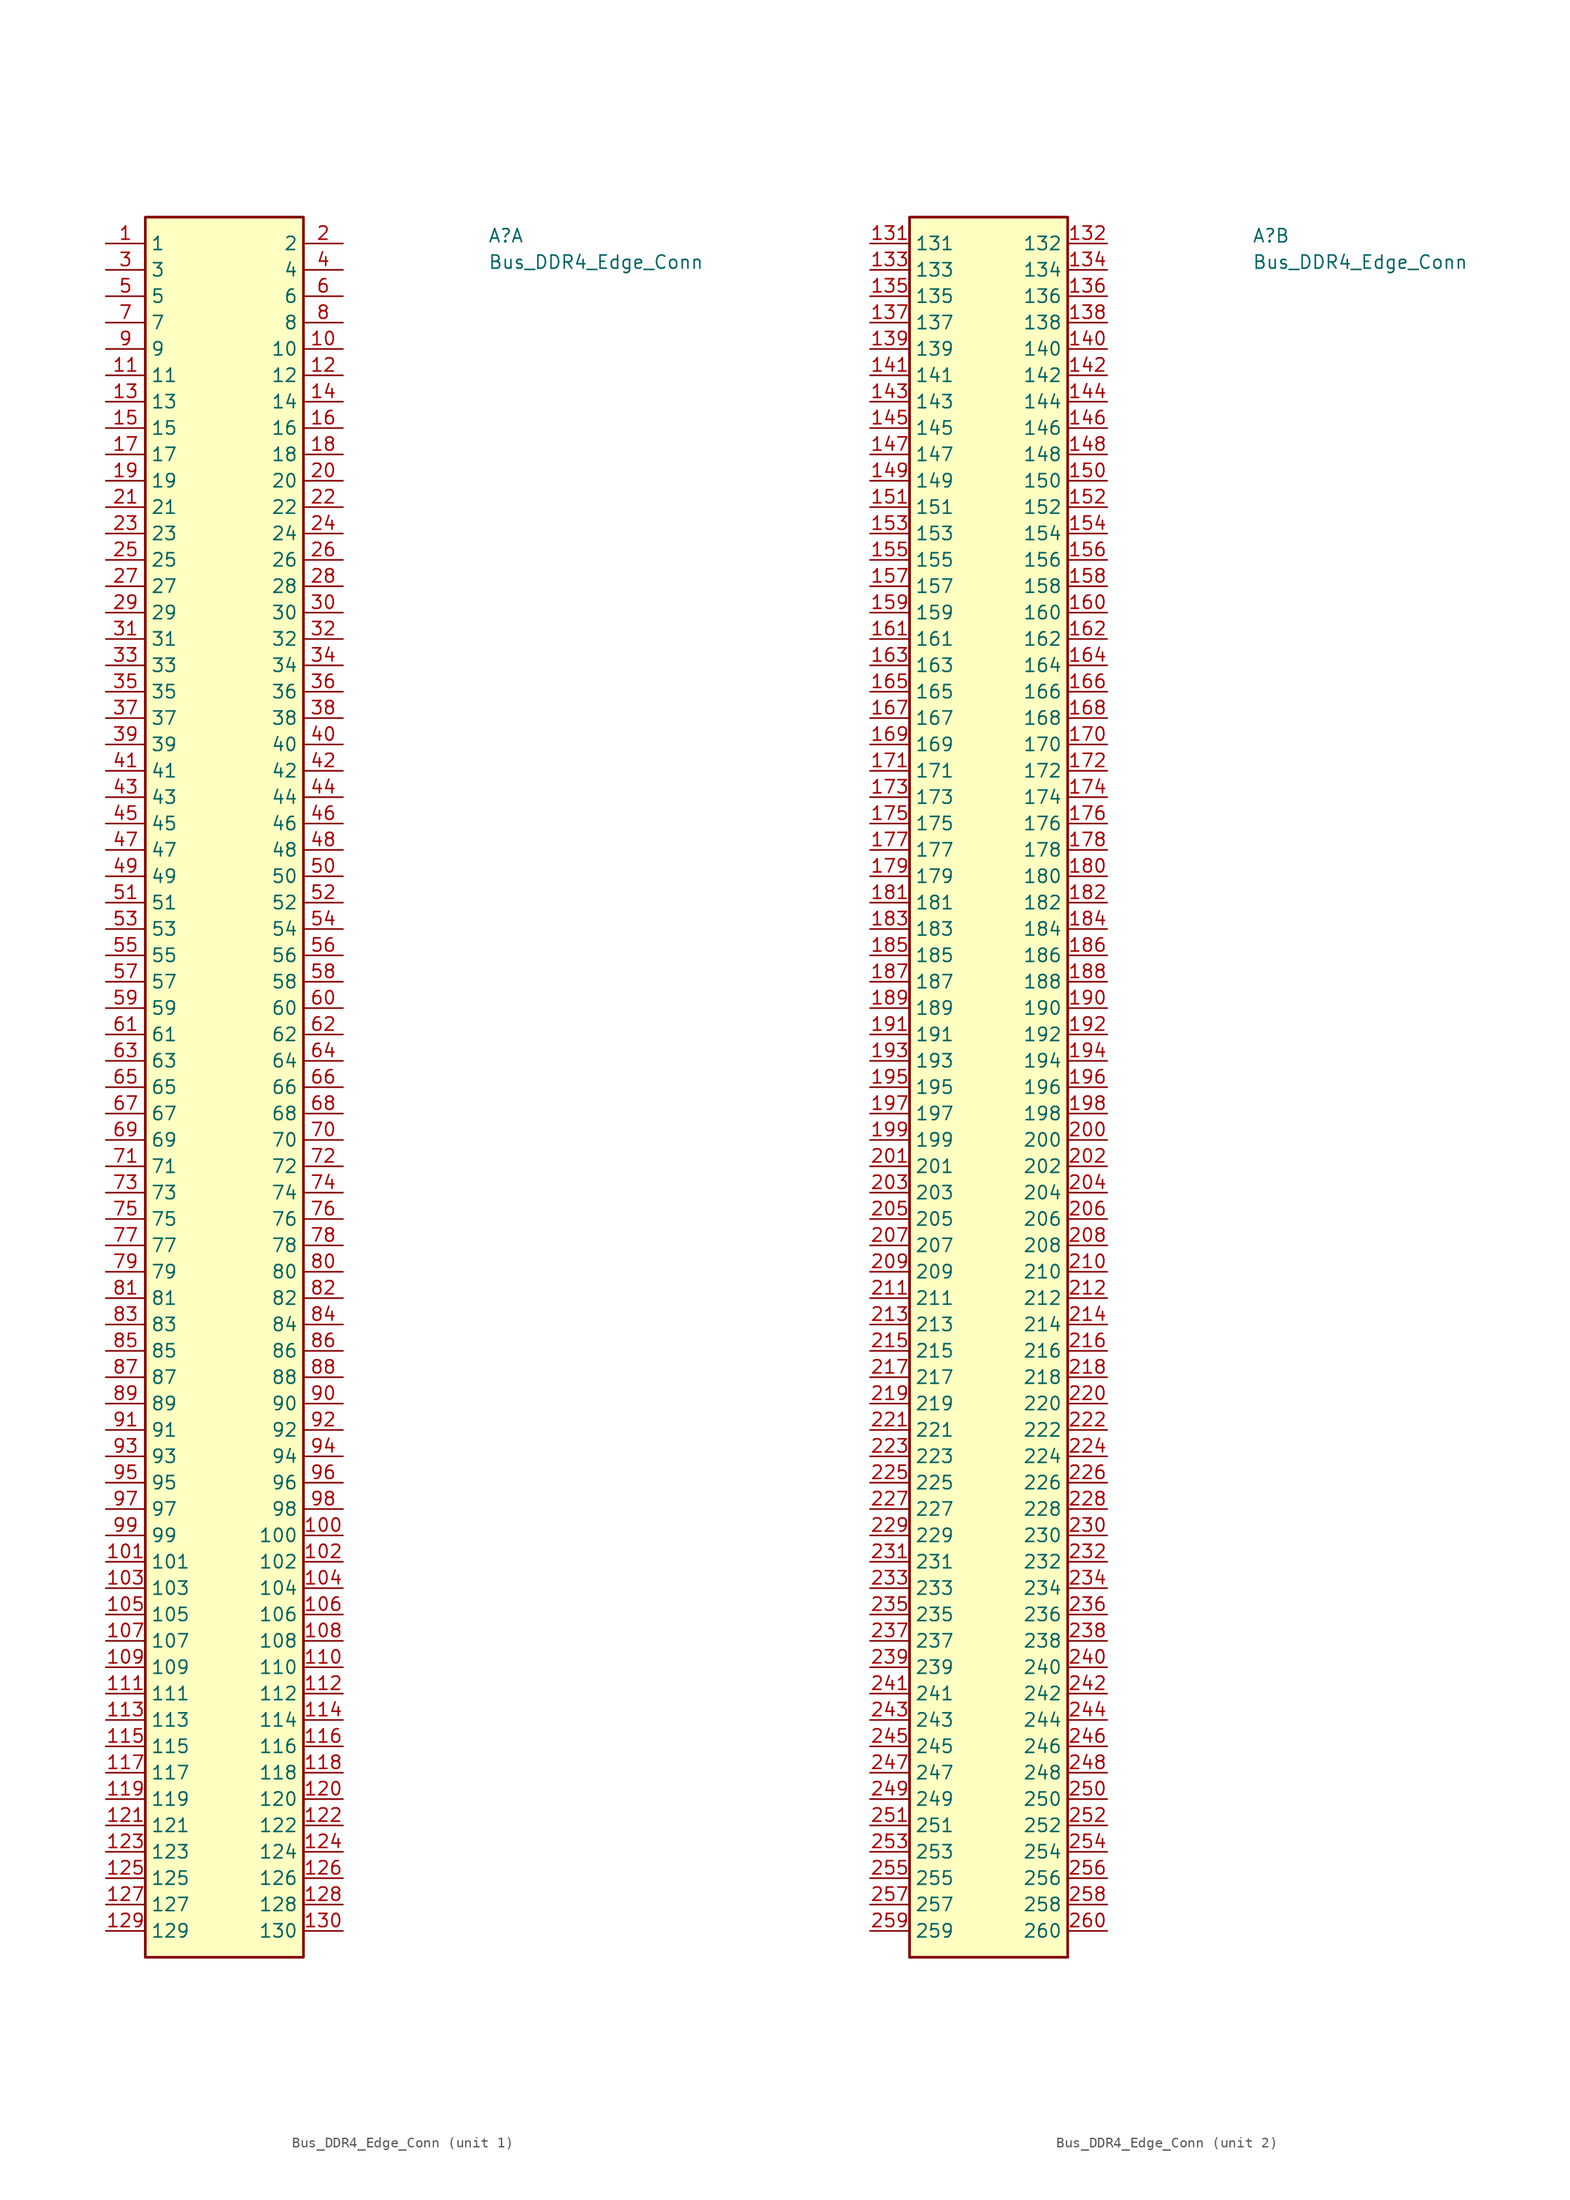
<source format=kicad_sym>
(kicad_symbol_lib
  (version 20211014)
  (generator kicad_symbol_editor)
  (symbol "Bus_DDR4_Edge_Conn"
    (property "Reference" "A"
      (at 36.83 0 0)
      (effects (font (size 1.27 1.27) (thickness 0.15)) (justify left bottom)))
    (property "Value" "Bus_DDR4_Edge_Conn"
      (at 36.83 -2.54 0)
      (effects (font (size 1.27 1.27) (thickness 0.15)) (justify left bottom)))
    (property "ki_locked" ""
      (at 0 0 0)
      (effects (font (size 1.27 1.27))))
    (symbol "Bus_DDR4_Edge_Conn_1_1"
      (rectangle (start 3.81 2.54) (end 19.05 -165.1) (stroke (width 0.254) (type default) (color 0 0 0 0)) (fill (type background)))
      (pin passive line (at 0 0 0) (length 3.81) (name "1" (effects (font (size 1.27 1.27)))) (number "1" (effects (font (size 1.27 1.27)))))
      (pin passive line (at 22.86 -10.16 180) (length 3.81) (name "10" (effects (font (size 1.27 1.27)))) (number "10" (effects (font (size 1.27 1.27)))))
      (pin passive line (at 22.86 -124.46 180) (length 3.81) (name "100" (effects (font (size 1.27 1.27)))) (number "100" (effects (font (size 1.27 1.27)))))
      (pin passive line (at 0 -127 0) (length 3.81) (name "101" (effects (font (size 1.27 1.27)))) (number "101" (effects (font (size 1.27 1.27)))))
      (pin passive line (at 22.86 -127 180) (length 3.81) (name "102" (effects (font (size 1.27 1.27)))) (number "102" (effects (font (size 1.27 1.27)))))
      (pin passive line (at 0 -129.54 0) (length 3.81) (name "103" (effects (font (size 1.27 1.27)))) (number "103" (effects (font (size 1.27 1.27)))))
      (pin passive line (at 22.86 -129.54 180) (length 3.81) (name "104" (effects (font (size 1.27 1.27)))) (number "104" (effects (font (size 1.27 1.27)))))
      (pin passive line (at 0 -132.08 0) (length 3.81) (name "105" (effects (font (size 1.27 1.27)))) (number "105" (effects (font (size 1.27 1.27)))))
      (pin passive line (at 22.86 -132.08 180) (length 3.81) (name "106" (effects (font (size 1.27 1.27)))) (number "106" (effects (font (size 1.27 1.27)))))
      (pin passive line (at 0 -134.62 0) (length 3.81) (name "107" (effects (font (size 1.27 1.27)))) (number "107" (effects (font (size 1.27 1.27)))))
      (pin passive line (at 22.86 -134.62 180) (length 3.81) (name "108" (effects (font (size 1.27 1.27)))) (number "108" (effects (font (size 1.27 1.27)))))
      (pin passive line (at 0 -137.16 0) (length 3.81) (name "109" (effects (font (size 1.27 1.27)))) (number "109" (effects (font (size 1.27 1.27)))))
      (pin passive line (at 0 -12.7 0) (length 3.81) (name "11" (effects (font (size 1.27 1.27)))) (number "11" (effects (font (size 1.27 1.27)))))
      (pin passive line (at 22.86 -137.16 180) (length 3.81) (name "110" (effects (font (size 1.27 1.27)))) (number "110" (effects (font (size 1.27 1.27)))))
      (pin passive line (at 0 -139.7 0) (length 3.81) (name "111" (effects (font (size 1.27 1.27)))) (number "111" (effects (font (size 1.27 1.27)))))
      (pin passive line (at 22.86 -139.7 180) (length 3.81) (name "112" (effects (font (size 1.27 1.27)))) (number "112" (effects (font (size 1.27 1.27)))))
      (pin passive line (at 0 -142.24 0) (length 3.81) (name "113" (effects (font (size 1.27 1.27)))) (number "113" (effects (font (size 1.27 1.27)))))
      (pin passive line (at 22.86 -142.24 180) (length 3.81) (name "114" (effects (font (size 1.27 1.27)))) (number "114" (effects (font (size 1.27 1.27)))))
      (pin passive line (at 0 -144.78 0) (length 3.81) (name "115" (effects (font (size 1.27 1.27)))) (number "115" (effects (font (size 1.27 1.27)))))
      (pin passive line (at 22.86 -144.78 180) (length 3.81) (name "116" (effects (font (size 1.27 1.27)))) (number "116" (effects (font (size 1.27 1.27)))))
      (pin passive line (at 0 -147.32 0) (length 3.81) (name "117" (effects (font (size 1.27 1.27)))) (number "117" (effects (font (size 1.27 1.27)))))
      (pin passive line (at 22.86 -147.32 180) (length 3.81) (name "118" (effects (font (size 1.27 1.27)))) (number "118" (effects (font (size 1.27 1.27)))))
      (pin passive line (at 0 -149.86 0) (length 3.81) (name "119" (effects (font (size 1.27 1.27)))) (number "119" (effects (font (size 1.27 1.27)))))
      (pin passive line (at 22.86 -12.7 180) (length 3.81) (name "12" (effects (font (size 1.27 1.27)))) (number "12" (effects (font (size 1.27 1.27)))))
      (pin passive line (at 22.86 -149.86 180) (length 3.81) (name "120" (effects (font (size 1.27 1.27)))) (number "120" (effects (font (size 1.27 1.27)))))
      (pin passive line (at 0 -152.4 0) (length 3.81) (name "121" (effects (font (size 1.27 1.27)))) (number "121" (effects (font (size 1.27 1.27)))))
      (pin passive line (at 22.86 -152.4 180) (length 3.81) (name "122" (effects (font (size 1.27 1.27)))) (number "122" (effects (font (size 1.27 1.27)))))
      (pin passive line (at 0 -154.94 0) (length 3.81) (name "123" (effects (font (size 1.27 1.27)))) (number "123" (effects (font (size 1.27 1.27)))))
      (pin passive line (at 22.86 -154.94 180) (length 3.81) (name "124" (effects (font (size 1.27 1.27)))) (number "124" (effects (font (size 1.27 1.27)))))
      (pin passive line (at 0 -157.48 0) (length 3.81) (name "125" (effects (font (size 1.27 1.27)))) (number "125" (effects (font (size 1.27 1.27)))))
      (pin passive line (at 22.86 -157.48 180) (length 3.81) (name "126" (effects (font (size 1.27 1.27)))) (number "126" (effects (font (size 1.27 1.27)))))
      (pin passive line (at 0 -160.02 0) (length 3.81) (name "127" (effects (font (size 1.27 1.27)))) (number "127" (effects (font (size 1.27 1.27)))))
      (pin passive line (at 22.86 -160.02 180) (length 3.81) (name "128" (effects (font (size 1.27 1.27)))) (number "128" (effects (font (size 1.27 1.27)))))
      (pin passive line (at 0 -162.56 0) (length 3.81) (name "129" (effects (font (size 1.27 1.27)))) (number "129" (effects (font (size 1.27 1.27)))))
      (pin passive line (at 0 -15.24 0) (length 3.81) (name "13" (effects (font (size 1.27 1.27)))) (number "13" (effects (font (size 1.27 1.27)))))
      (pin passive line (at 22.86 -162.56 180) (length 3.81) (name "130" (effects (font (size 1.27 1.27)))) (number "130" (effects (font (size 1.27 1.27)))))
      (pin passive line (at 22.86 -15.24 180) (length 3.81) (name "14" (effects (font (size 1.27 1.27)))) (number "14" (effects (font (size 1.27 1.27)))))
      (pin passive line (at 0 -17.78 0) (length 3.81) (name "15" (effects (font (size 1.27 1.27)))) (number "15" (effects (font (size 1.27 1.27)))))
      (pin passive line (at 22.86 -17.78 180) (length 3.81) (name "16" (effects (font (size 1.27 1.27)))) (number "16" (effects (font (size 1.27 1.27)))))
      (pin passive line (at 0 -20.32 0) (length 3.81) (name "17" (effects (font (size 1.27 1.27)))) (number "17" (effects (font (size 1.27 1.27)))))
      (pin passive line (at 22.86 -20.32 180) (length 3.81) (name "18" (effects (font (size 1.27 1.27)))) (number "18" (effects (font (size 1.27 1.27)))))
      (pin passive line (at 0 -22.86 0) (length 3.81) (name "19" (effects (font (size 1.27 1.27)))) (number "19" (effects (font (size 1.27 1.27)))))
      (pin passive line (at 22.86 0 180) (length 3.81) (name "2" (effects (font (size 1.27 1.27)))) (number "2" (effects (font (size 1.27 1.27)))))
      (pin passive line (at 22.86 -22.86 180) (length 3.81) (name "20" (effects (font (size 1.27 1.27)))) (number "20" (effects (font (size 1.27 1.27)))))
      (pin passive line (at 0 -25.4 0) (length 3.81) (name "21" (effects (font (size 1.27 1.27)))) (number "21" (effects (font (size 1.27 1.27)))))
      (pin passive line (at 22.86 -25.4 180) (length 3.81) (name "22" (effects (font (size 1.27 1.27)))) (number "22" (effects (font (size 1.27 1.27)))))
      (pin passive line (at 0 -27.94 0) (length 3.81) (name "23" (effects (font (size 1.27 1.27)))) (number "23" (effects (font (size 1.27 1.27)))))
      (pin passive line (at 22.86 -27.94 180) (length 3.81) (name "24" (effects (font (size 1.27 1.27)))) (number "24" (effects (font (size 1.27 1.27)))))
      (pin passive line (at 0 -30.48 0) (length 3.81) (name "25" (effects (font (size 1.27 1.27)))) (number "25" (effects (font (size 1.27 1.27)))))
      (pin passive line (at 22.86 -30.48 180) (length 3.81) (name "26" (effects (font (size 1.27 1.27)))) (number "26" (effects (font (size 1.27 1.27)))))
      (pin passive line (at 0 -33.02 0) (length 3.81) (name "27" (effects (font (size 1.27 1.27)))) (number "27" (effects (font (size 1.27 1.27)))))
      (pin passive line (at 22.86 -33.02 180) (length 3.81) (name "28" (effects (font (size 1.27 1.27)))) (number "28" (effects (font (size 1.27 1.27)))))
      (pin passive line (at 0 -35.56 0) (length 3.81) (name "29" (effects (font (size 1.27 1.27)))) (number "29" (effects (font (size 1.27 1.27)))))
      (pin passive line (at 0 -2.54 0) (length 3.81) (name "3" (effects (font (size 1.27 1.27)))) (number "3" (effects (font (size 1.27 1.27)))))
      (pin passive line (at 22.86 -35.56 180) (length 3.81) (name "30" (effects (font (size 1.27 1.27)))) (number "30" (effects (font (size 1.27 1.27)))))
      (pin passive line (at 0 -38.1 0) (length 3.81) (name "31" (effects (font (size 1.27 1.27)))) (number "31" (effects (font (size 1.27 1.27)))))
      (pin passive line (at 22.86 -38.1 180) (length 3.81) (name "32" (effects (font (size 1.27 1.27)))) (number "32" (effects (font (size 1.27 1.27)))))
      (pin passive line (at 0 -40.64 0) (length 3.81) (name "33" (effects (font (size 1.27 1.27)))) (number "33" (effects (font (size 1.27 1.27)))))
      (pin passive line (at 22.86 -40.64 180) (length 3.81) (name "34" (effects (font (size 1.27 1.27)))) (number "34" (effects (font (size 1.27 1.27)))))
      (pin passive line (at 0 -43.18 0) (length 3.81) (name "35" (effects (font (size 1.27 1.27)))) (number "35" (effects (font (size 1.27 1.27)))))
      (pin passive line (at 22.86 -43.18 180) (length 3.81) (name "36" (effects (font (size 1.27 1.27)))) (number "36" (effects (font (size 1.27 1.27)))))
      (pin passive line (at 0 -45.72 0) (length 3.81) (name "37" (effects (font (size 1.27 1.27)))) (number "37" (effects (font (size 1.27 1.27)))))
      (pin passive line (at 22.86 -45.72 180) (length 3.81) (name "38" (effects (font (size 1.27 1.27)))) (number "38" (effects (font (size 1.27 1.27)))))
      (pin passive line (at 0 -48.26 0) (length 3.81) (name "39" (effects (font (size 1.27 1.27)))) (number "39" (effects (font (size 1.27 1.27)))))
      (pin passive line (at 22.86 -2.54 180) (length 3.81) (name "4" (effects (font (size 1.27 1.27)))) (number "4" (effects (font (size 1.27 1.27)))))
      (pin passive line (at 22.86 -48.26 180) (length 3.81) (name "40" (effects (font (size 1.27 1.27)))) (number "40" (effects (font (size 1.27 1.27)))))
      (pin passive line (at 0 -50.8 0) (length 3.81) (name "41" (effects (font (size 1.27 1.27)))) (number "41" (effects (font (size 1.27 1.27)))))
      (pin passive line (at 22.86 -50.8 180) (length 3.81) (name "42" (effects (font (size 1.27 1.27)))) (number "42" (effects (font (size 1.27 1.27)))))
      (pin passive line (at 0 -53.34 0) (length 3.81) (name "43" (effects (font (size 1.27 1.27)))) (number "43" (effects (font (size 1.27 1.27)))))
      (pin passive line (at 22.86 -53.34 180) (length 3.81) (name "44" (effects (font (size 1.27 1.27)))) (number "44" (effects (font (size 1.27 1.27)))))
      (pin passive line (at 0 -55.88 0) (length 3.81) (name "45" (effects (font (size 1.27 1.27)))) (number "45" (effects (font (size 1.27 1.27)))))
      (pin passive line (at 22.86 -55.88 180) (length 3.81) (name "46" (effects (font (size 1.27 1.27)))) (number "46" (effects (font (size 1.27 1.27)))))
      (pin passive line (at 0 -58.42 0) (length 3.81) (name "47" (effects (font (size 1.27 1.27)))) (number "47" (effects (font (size 1.27 1.27)))))
      (pin passive line (at 22.86 -58.42 180) (length 3.81) (name "48" (effects (font (size 1.27 1.27)))) (number "48" (effects (font (size 1.27 1.27)))))
      (pin passive line (at 0 -60.96 0) (length 3.81) (name "49" (effects (font (size 1.27 1.27)))) (number "49" (effects (font (size 1.27 1.27)))))
      (pin passive line (at 0 -5.08 0) (length 3.81) (name "5" (effects (font (size 1.27 1.27)))) (number "5" (effects (font (size 1.27 1.27)))))
      (pin passive line (at 22.86 -60.96 180) (length 3.81) (name "50" (effects (font (size 1.27 1.27)))) (number "50" (effects (font (size 1.27 1.27)))))
      (pin passive line (at 0 -63.5 0) (length 3.81) (name "51" (effects (font (size 1.27 1.27)))) (number "51" (effects (font (size 1.27 1.27)))))
      (pin passive line (at 22.86 -63.5 180) (length 3.81) (name "52" (effects (font (size 1.27 1.27)))) (number "52" (effects (font (size 1.27 1.27)))))
      (pin passive line (at 0 -66.04 0) (length 3.81) (name "53" (effects (font (size 1.27 1.27)))) (number "53" (effects (font (size 1.27 1.27)))))
      (pin passive line (at 22.86 -66.04 180) (length 3.81) (name "54" (effects (font (size 1.27 1.27)))) (number "54" (effects (font (size 1.27 1.27)))))
      (pin passive line (at 0 -68.58 0) (length 3.81) (name "55" (effects (font (size 1.27 1.27)))) (number "55" (effects (font (size 1.27 1.27)))))
      (pin passive line (at 22.86 -68.58 180) (length 3.81) (name "56" (effects (font (size 1.27 1.27)))) (number "56" (effects (font (size 1.27 1.27)))))
      (pin passive line (at 0 -71.12 0) (length 3.81) (name "57" (effects (font (size 1.27 1.27)))) (number "57" (effects (font (size 1.27 1.27)))))
      (pin passive line (at 22.86 -71.12 180) (length 3.81) (name "58" (effects (font (size 1.27 1.27)))) (number "58" (effects (font (size 1.27 1.27)))))
      (pin passive line (at 0 -73.66 0) (length 3.81) (name "59" (effects (font (size 1.27 1.27)))) (number "59" (effects (font (size 1.27 1.27)))))
      (pin passive line (at 22.86 -5.08 180) (length 3.81) (name "6" (effects (font (size 1.27 1.27)))) (number "6" (effects (font (size 1.27 1.27)))))
      (pin passive line (at 22.86 -73.66 180) (length 3.81) (name "60" (effects (font (size 1.27 1.27)))) (number "60" (effects (font (size 1.27 1.27)))))
      (pin passive line (at 0 -76.2 0) (length 3.81) (name "61" (effects (font (size 1.27 1.27)))) (number "61" (effects (font (size 1.27 1.27)))))
      (pin passive line (at 22.86 -76.2 180) (length 3.81) (name "62" (effects (font (size 1.27 1.27)))) (number "62" (effects (font (size 1.27 1.27)))))
      (pin passive line (at 0 -78.74 0) (length 3.81) (name "63" (effects (font (size 1.27 1.27)))) (number "63" (effects (font (size 1.27 1.27)))))
      (pin passive line (at 22.86 -78.74 180) (length 3.81) (name "64" (effects (font (size 1.27 1.27)))) (number "64" (effects (font (size 1.27 1.27)))))
      (pin passive line (at 0 -81.28 0) (length 3.81) (name "65" (effects (font (size 1.27 1.27)))) (number "65" (effects (font (size 1.27 1.27)))))
      (pin passive line (at 22.86 -81.28 180) (length 3.81) (name "66" (effects (font (size 1.27 1.27)))) (number "66" (effects (font (size 1.27 1.27)))))
      (pin passive line (at 0 -83.82 0) (length 3.81) (name "67" (effects (font (size 1.27 1.27)))) (number "67" (effects (font (size 1.27 1.27)))))
      (pin passive line (at 22.86 -83.82 180) (length 3.81) (name "68" (effects (font (size 1.27 1.27)))) (number "68" (effects (font (size 1.27 1.27)))))
      (pin passive line (at 0 -86.36 0) (length 3.81) (name "69" (effects (font (size 1.27 1.27)))) (number "69" (effects (font (size 1.27 1.27)))))
      (pin passive line (at 0 -7.62 0) (length 3.81) (name "7" (effects (font (size 1.27 1.27)))) (number "7" (effects (font (size 1.27 1.27)))))
      (pin passive line (at 22.86 -86.36 180) (length 3.81) (name "70" (effects (font (size 1.27 1.27)))) (number "70" (effects (font (size 1.27 1.27)))))
      (pin passive line (at 0 -88.9 0) (length 3.81) (name "71" (effects (font (size 1.27 1.27)))) (number "71" (effects (font (size 1.27 1.27)))))
      (pin passive line (at 22.86 -88.9 180) (length 3.81) (name "72" (effects (font (size 1.27 1.27)))) (number "72" (effects (font (size 1.27 1.27)))))
      (pin passive line (at 0 -91.44 0) (length 3.81) (name "73" (effects (font (size 1.27 1.27)))) (number "73" (effects (font (size 1.27 1.27)))))
      (pin passive line (at 22.86 -91.44 180) (length 3.81) (name "74" (effects (font (size 1.27 1.27)))) (number "74" (effects (font (size 1.27 1.27)))))
      (pin passive line (at 0 -93.98 0) (length 3.81) (name "75" (effects (font (size 1.27 1.27)))) (number "75" (effects (font (size 1.27 1.27)))))
      (pin passive line (at 22.86 -93.98 180) (length 3.81) (name "76" (effects (font (size 1.27 1.27)))) (number "76" (effects (font (size 1.27 1.27)))))
      (pin passive line (at 0 -96.52 0) (length 3.81) (name "77" (effects (font (size 1.27 1.27)))) (number "77" (effects (font (size 1.27 1.27)))))
      (pin passive line (at 22.86 -96.52 180) (length 3.81) (name "78" (effects (font (size 1.27 1.27)))) (number "78" (effects (font (size 1.27 1.27)))))
      (pin passive line (at 0 -99.06 0) (length 3.81) (name "79" (effects (font (size 1.27 1.27)))) (number "79" (effects (font (size 1.27 1.27)))))
      (pin passive line (at 22.86 -7.62 180) (length 3.81) (name "8" (effects (font (size 1.27 1.27)))) (number "8" (effects (font (size 1.27 1.27)))))
      (pin passive line (at 22.86 -99.06 180) (length 3.81) (name "80" (effects (font (size 1.27 1.27)))) (number "80" (effects (font (size 1.27 1.27)))))
      (pin passive line (at 0 -101.6 0) (length 3.81) (name "81" (effects (font (size 1.27 1.27)))) (number "81" (effects (font (size 1.27 1.27)))))
      (pin passive line (at 22.86 -101.6 180) (length 3.81) (name "82" (effects (font (size 1.27 1.27)))) (number "82" (effects (font (size 1.27 1.27)))))
      (pin passive line (at 0 -104.14 0) (length 3.81) (name "83" (effects (font (size 1.27 1.27)))) (number "83" (effects (font (size 1.27 1.27)))))
      (pin passive line (at 22.86 -104.14 180) (length 3.81) (name "84" (effects (font (size 1.27 1.27)))) (number "84" (effects (font (size 1.27 1.27)))))
      (pin passive line (at 0 -106.68 0) (length 3.81) (name "85" (effects (font (size 1.27 1.27)))) (number "85" (effects (font (size 1.27 1.27)))))
      (pin passive line (at 22.86 -106.68 180) (length 3.81) (name "86" (effects (font (size 1.27 1.27)))) (number "86" (effects (font (size 1.27 1.27)))))
      (pin passive line (at 0 -109.22 0) (length 3.81) (name "87" (effects (font (size 1.27 1.27)))) (number "87" (effects (font (size 1.27 1.27)))))
      (pin passive line (at 22.86 -109.22 180) (length 3.81) (name "88" (effects (font (size 1.27 1.27)))) (number "88" (effects (font (size 1.27 1.27)))))
      (pin passive line (at 0 -111.76 0) (length 3.81) (name "89" (effects (font (size 1.27 1.27)))) (number "89" (effects (font (size 1.27 1.27)))))
      (pin passive line (at 0 -10.16 0) (length 3.81) (name "9" (effects (font (size 1.27 1.27)))) (number "9" (effects (font (size 1.27 1.27)))))
      (pin passive line (at 22.86 -111.76 180) (length 3.81) (name "90" (effects (font (size 1.27 1.27)))) (number "90" (effects (font (size 1.27 1.27)))))
      (pin passive line (at 0 -114.3 0) (length 3.81) (name "91" (effects (font (size 1.27 1.27)))) (number "91" (effects (font (size 1.27 1.27)))))
      (pin passive line (at 22.86 -114.3 180) (length 3.81) (name "92" (effects (font (size 1.27 1.27)))) (number "92" (effects (font (size 1.27 1.27)))))
      (pin passive line (at 0 -116.84 0) (length 3.81) (name "93" (effects (font (size 1.27 1.27)))) (number "93" (effects (font (size 1.27 1.27)))))
      (pin passive line (at 22.86 -116.84 180) (length 3.81) (name "94" (effects (font (size 1.27 1.27)))) (number "94" (effects (font (size 1.27 1.27)))))
      (pin passive line (at 0 -119.38 0) (length 3.81) (name "95" (effects (font (size 1.27 1.27)))) (number "95" (effects (font (size 1.27 1.27)))))
      (pin passive line (at 22.86 -119.38 180) (length 3.81) (name "96" (effects (font (size 1.27 1.27)))) (number "96" (effects (font (size 1.27 1.27)))))
      (pin passive line (at 0 -121.92 0) (length 3.81) (name "97" (effects (font (size 1.27 1.27)))) (number "97" (effects (font (size 1.27 1.27)))))
      (pin passive line (at 22.86 -121.92 180) (length 3.81) (name "98" (effects (font (size 1.27 1.27)))) (number "98" (effects (font (size 1.27 1.27)))))
      (pin passive line (at 0 -124.46 0) (length 3.81) (name "99" (effects (font (size 1.27 1.27)))) (number "99" (effects (font (size 1.27 1.27))))))
    (symbol "Bus_DDR4_Edge_Conn_2_1"
      (polyline (pts (xy 3.81 -165.1) (xy 19.05 -165.1)) (stroke (width 0.254) (type default) (color 0 0 0 0)) (fill (type background)))
      (rectangle (start 3.81 2.54) (end 19.05 -165.1) (stroke (width 0.254) (type default) (color 0 0 0 0)) (fill (type background)))
      (pin passive line (at 0 0 0) (length 3.81) (name "131" (effects (font (size 1.27 1.27)))) (number "131" (effects (font (size 1.27 1.27)))))
      (pin passive line (at 22.86 0 180) (length 3.81) (name "132" (effects (font (size 1.27 1.27)))) (number "132" (effects (font (size 1.27 1.27)))))
      (pin passive line (at 0 -2.54 0) (length 3.81) (name "133" (effects (font (size 1.27 1.27)))) (number "133" (effects (font (size 1.27 1.27)))))
      (pin passive line (at 22.86 -2.54 180) (length 3.81) (name "134" (effects (font (size 1.27 1.27)))) (number "134" (effects (font (size 1.27 1.27)))))
      (pin passive line (at 0 -5.08 0) (length 3.81) (name "135" (effects (font (size 1.27 1.27)))) (number "135" (effects (font (size 1.27 1.27)))))
      (pin passive line (at 22.86 -5.08 180) (length 3.81) (name "136" (effects (font (size 1.27 1.27)))) (number "136" (effects (font (size 1.27 1.27)))))
      (pin passive line (at 0 -7.62 0) (length 3.81) (name "137" (effects (font (size 1.27 1.27)))) (number "137" (effects (font (size 1.27 1.27)))))
      (pin passive line (at 22.86 -7.62 180) (length 3.81) (name "138" (effects (font (size 1.27 1.27)))) (number "138" (effects (font (size 1.27 1.27)))))
      (pin passive line (at 0 -10.16 0) (length 3.81) (name "139" (effects (font (size 1.27 1.27)))) (number "139" (effects (font (size 1.27 1.27)))))
      (pin passive line (at 22.86 -10.16 180) (length 3.81) (name "140" (effects (font (size 1.27 1.27)))) (number "140" (effects (font (size 1.27 1.27)))))
      (pin passive line (at 0 -12.7 0) (length 3.81) (name "141" (effects (font (size 1.27 1.27)))) (number "141" (effects (font (size 1.27 1.27)))))
      (pin passive line (at 22.86 -12.7 180) (length 3.81) (name "142" (effects (font (size 1.27 1.27)))) (number "142" (effects (font (size 1.27 1.27)))))
      (pin passive line (at 0 -15.24 0) (length 3.81) (name "143" (effects (font (size 1.27 1.27)))) (number "143" (effects (font (size 1.27 1.27)))))
      (pin passive line (at 22.86 -15.24 180) (length 3.81) (name "144" (effects (font (size 1.27 1.27)))) (number "144" (effects (font (size 1.27 1.27)))))
      (pin passive line (at 0 -17.78 0) (length 3.81) (name "145" (effects (font (size 1.27 1.27)))) (number "145" (effects (font (size 1.27 1.27)))))
      (pin passive line (at 22.86 -17.78 180) (length 3.81) (name "146" (effects (font (size 1.27 1.27)))) (number "146" (effects (font (size 1.27 1.27)))))
      (pin passive line (at 0 -20.32 0) (length 3.81) (name "147" (effects (font (size 1.27 1.27)))) (number "147" (effects (font (size 1.27 1.27)))))
      (pin passive line (at 22.86 -20.32 180) (length 3.81) (name "148" (effects (font (size 1.27 1.27)))) (number "148" (effects (font (size 1.27 1.27)))))
      (pin passive line (at 0 -22.86 0) (length 3.81) (name "149" (effects (font (size 1.27 1.27)))) (number "149" (effects (font (size 1.27 1.27)))))
      (pin passive line (at 22.86 -22.86 180) (length 3.81) (name "150" (effects (font (size 1.27 1.27)))) (number "150" (effects (font (size 1.27 1.27)))))
      (pin passive line (at 0 -25.4 0) (length 3.81) (name "151" (effects (font (size 1.27 1.27)))) (number "151" (effects (font (size 1.27 1.27)))))
      (pin passive line (at 22.86 -25.4 180) (length 3.81) (name "152" (effects (font (size 1.27 1.27)))) (number "152" (effects (font (size 1.27 1.27)))))
      (pin passive line (at 0 -27.94 0) (length 3.81) (name "153" (effects (font (size 1.27 1.27)))) (number "153" (effects (font (size 1.27 1.27)))))
      (pin passive line (at 22.86 -27.94 180) (length 3.81) (name "154" (effects (font (size 1.27 1.27)))) (number "154" (effects (font (size 1.27 1.27)))))
      (pin passive line (at 0 -30.48 0) (length 3.81) (name "155" (effects (font (size 1.27 1.27)))) (number "155" (effects (font (size 1.27 1.27)))))
      (pin passive line (at 22.86 -30.48 180) (length 3.81) (name "156" (effects (font (size 1.27 1.27)))) (number "156" (effects (font (size 1.27 1.27)))))
      (pin passive line (at 0 -33.02 0) (length 3.81) (name "157" (effects (font (size 1.27 1.27)))) (number "157" (effects (font (size 1.27 1.27)))))
      (pin passive line (at 22.86 -33.02 180) (length 3.81) (name "158" (effects (font (size 1.27 1.27)))) (number "158" (effects (font (size 1.27 1.27)))))
      (pin passive line (at 0 -35.56 0) (length 3.81) (name "159" (effects (font (size 1.27 1.27)))) (number "159" (effects (font (size 1.27 1.27)))))
      (pin passive line (at 22.86 -35.56 180) (length 3.81) (name "160" (effects (font (size 1.27 1.27)))) (number "160" (effects (font (size 1.27 1.27)))))
      (pin passive line (at 0 -38.1 0) (length 3.81) (name "161" (effects (font (size 1.27 1.27)))) (number "161" (effects (font (size 1.27 1.27)))))
      (pin passive line (at 22.86 -38.1 180) (length 3.81) (name "162" (effects (font (size 1.27 1.27)))) (number "162" (effects (font (size 1.27 1.27)))))
      (pin passive line (at 0 -40.64 0) (length 3.81) (name "163" (effects (font (size 1.27 1.27)))) (number "163" (effects (font (size 1.27 1.27)))))
      (pin passive line (at 22.86 -40.64 180) (length 3.81) (name "164" (effects (font (size 1.27 1.27)))) (number "164" (effects (font (size 1.27 1.27)))))
      (pin passive line (at 0 -43.18 0) (length 3.81) (name "165" (effects (font (size 1.27 1.27)))) (number "165" (effects (font (size 1.27 1.27)))))
      (pin passive line (at 22.86 -43.18 180) (length 3.81) (name "166" (effects (font (size 1.27 1.27)))) (number "166" (effects (font (size 1.27 1.27)))))
      (pin passive line (at 0 -45.72 0) (length 3.81) (name "167" (effects (font (size 1.27 1.27)))) (number "167" (effects (font (size 1.27 1.27)))))
      (pin passive line (at 22.86 -45.72 180) (length 3.81) (name "168" (effects (font (size 1.27 1.27)))) (number "168" (effects (font (size 1.27 1.27)))))
      (pin passive line (at 0 -48.26 0) (length 3.81) (name "169" (effects (font (size 1.27 1.27)))) (number "169" (effects (font (size 1.27 1.27)))))
      (pin passive line (at 22.86 -48.26 180) (length 3.81) (name "170" (effects (font (size 1.27 1.27)))) (number "170" (effects (font (size 1.27 1.27)))))
      (pin passive line (at 0 -50.8 0) (length 3.81) (name "171" (effects (font (size 1.27 1.27)))) (number "171" (effects (font (size 1.27 1.27)))))
      (pin passive line (at 22.86 -50.8 180) (length 3.81) (name "172" (effects (font (size 1.27 1.27)))) (number "172" (effects (font (size 1.27 1.27)))))
      (pin passive line (at 0 -53.34 0) (length 3.81) (name "173" (effects (font (size 1.27 1.27)))) (number "173" (effects (font (size 1.27 1.27)))))
      (pin passive line (at 22.86 -53.34 180) (length 3.81) (name "174" (effects (font (size 1.27 1.27)))) (number "174" (effects (font (size 1.27 1.27)))))
      (pin passive line (at 0 -55.88 0) (length 3.81) (name "175" (effects (font (size 1.27 1.27)))) (number "175" (effects (font (size 1.27 1.27)))))
      (pin passive line (at 22.86 -55.88 180) (length 3.81) (name "176" (effects (font (size 1.27 1.27)))) (number "176" (effects (font (size 1.27 1.27)))))
      (pin passive line (at 0 -58.42 0) (length 3.81) (name "177" (effects (font (size 1.27 1.27)))) (number "177" (effects (font (size 1.27 1.27)))))
      (pin passive line (at 22.86 -58.42 180) (length 3.81) (name "178" (effects (font (size 1.27 1.27)))) (number "178" (effects (font (size 1.27 1.27)))))
      (pin passive line (at 0 -60.96 0) (length 3.81) (name "179" (effects (font (size 1.27 1.27)))) (number "179" (effects (font (size 1.27 1.27)))))
      (pin passive line (at 22.86 -60.96 180) (length 3.81) (name "180" (effects (font (size 1.27 1.27)))) (number "180" (effects (font (size 1.27 1.27)))))
      (pin passive line (at 0 -63.5 0) (length 3.81) (name "181" (effects (font (size 1.27 1.27)))) (number "181" (effects (font (size 1.27 1.27)))))
      (pin passive line (at 22.86 -63.5 180) (length 3.81) (name "182" (effects (font (size 1.27 1.27)))) (number "182" (effects (font (size 1.27 1.27)))))
      (pin passive line (at 0 -66.04 0) (length 3.81) (name "183" (effects (font (size 1.27 1.27)))) (number "183" (effects (font (size 1.27 1.27)))))
      (pin passive line (at 22.86 -66.04 180) (length 3.81) (name "184" (effects (font (size 1.27 1.27)))) (number "184" (effects (font (size 1.27 1.27)))))
      (pin passive line (at 0 -68.58 0) (length 3.81) (name "185" (effects (font (size 1.27 1.27)))) (number "185" (effects (font (size 1.27 1.27)))))
      (pin passive line (at 22.86 -68.58 180) (length 3.81) (name "186" (effects (font (size 1.27 1.27)))) (number "186" (effects (font (size 1.27 1.27)))))
      (pin passive line (at 0 -71.12 0) (length 3.81) (name "187" (effects (font (size 1.27 1.27)))) (number "187" (effects (font (size 1.27 1.27)))))
      (pin passive line (at 22.86 -71.12 180) (length 3.81) (name "188" (effects (font (size 1.27 1.27)))) (number "188" (effects (font (size 1.27 1.27)))))
      (pin passive line (at 0 -73.66 0) (length 3.81) (name "189" (effects (font (size 1.27 1.27)))) (number "189" (effects (font (size 1.27 1.27)))))
      (pin passive line (at 22.86 -73.66 180) (length 3.81) (name "190" (effects (font (size 1.27 1.27)))) (number "190" (effects (font (size 1.27 1.27)))))
      (pin passive line (at 0 -76.2 0) (length 3.81) (name "191" (effects (font (size 1.27 1.27)))) (number "191" (effects (font (size 1.27 1.27)))))
      (pin passive line (at 22.86 -76.2 180) (length 3.81) (name "192" (effects (font (size 1.27 1.27)))) (number "192" (effects (font (size 1.27 1.27)))))
      (pin passive line (at 0 -78.74 0) (length 3.81) (name "193" (effects (font (size 1.27 1.27)))) (number "193" (effects (font (size 1.27 1.27)))))
      (pin passive line (at 22.86 -78.74 180) (length 3.81) (name "194" (effects (font (size 1.27 1.27)))) (number "194" (effects (font (size 1.27 1.27)))))
      (pin passive line (at 0 -81.28 0) (length 3.81) (name "195" (effects (font (size 1.27 1.27)))) (number "195" (effects (font (size 1.27 1.27)))))
      (pin passive line (at 22.86 -81.28 180) (length 3.81) (name "196" (effects (font (size 1.27 1.27)))) (number "196" (effects (font (size 1.27 1.27)))))
      (pin passive line (at 0 -83.82 0) (length 3.81) (name "197" (effects (font (size 1.27 1.27)))) (number "197" (effects (font (size 1.27 1.27)))))
      (pin passive line (at 22.86 -83.82 180) (length 3.81) (name "198" (effects (font (size 1.27 1.27)))) (number "198" (effects (font (size 1.27 1.27)))))
      (pin passive line (at 0 -86.36 0) (length 3.81) (name "199" (effects (font (size 1.27 1.27)))) (number "199" (effects (font (size 1.27 1.27)))))
      (pin passive line (at 22.86 -86.36 180) (length 3.81) (name "200" (effects (font (size 1.27 1.27)))) (number "200" (effects (font (size 1.27 1.27)))))
      (pin passive line (at 0 -88.9 0) (length 3.81) (name "201" (effects (font (size 1.27 1.27)))) (number "201" (effects (font (size 1.27 1.27)))))
      (pin passive line (at 22.86 -88.9 180) (length 3.81) (name "202" (effects (font (size 1.27 1.27)))) (number "202" (effects (font (size 1.27 1.27)))))
      (pin passive line (at 0 -91.44 0) (length 3.81) (name "203" (effects (font (size 1.27 1.27)))) (number "203" (effects (font (size 1.27 1.27)))))
      (pin passive line (at 22.86 -91.44 180) (length 3.81) (name "204" (effects (font (size 1.27 1.27)))) (number "204" (effects (font (size 1.27 1.27)))))
      (pin passive line (at 0 -93.98 0) (length 3.81) (name "205" (effects (font (size 1.27 1.27)))) (number "205" (effects (font (size 1.27 1.27)))))
      (pin passive line (at 22.86 -93.98 180) (length 3.81) (name "206" (effects (font (size 1.27 1.27)))) (number "206" (effects (font (size 1.27 1.27)))))
      (pin passive line (at 0 -96.52 0) (length 3.81) (name "207" (effects (font (size 1.27 1.27)))) (number "207" (effects (font (size 1.27 1.27)))))
      (pin passive line (at 22.86 -96.52 180) (length 3.81) (name "208" (effects (font (size 1.27 1.27)))) (number "208" (effects (font (size 1.27 1.27)))))
      (pin passive line (at 0 -99.06 0) (length 3.81) (name "209" (effects (font (size 1.27 1.27)))) (number "209" (effects (font (size 1.27 1.27)))))
      (pin passive line (at 22.86 -99.06 180) (length 3.81) (name "210" (effects (font (size 1.27 1.27)))) (number "210" (effects (font (size 1.27 1.27)))))
      (pin passive line (at 0 -101.6 0) (length 3.81) (name "211" (effects (font (size 1.27 1.27)))) (number "211" (effects (font (size 1.27 1.27)))))
      (pin passive line (at 22.86 -101.6 180) (length 3.81) (name "212" (effects (font (size 1.27 1.27)))) (number "212" (effects (font (size 1.27 1.27)))))
      (pin passive line (at 0 -104.14 0) (length 3.81) (name "213" (effects (font (size 1.27 1.27)))) (number "213" (effects (font (size 1.27 1.27)))))
      (pin passive line (at 22.86 -104.14 180) (length 3.81) (name "214" (effects (font (size 1.27 1.27)))) (number "214" (effects (font (size 1.27 1.27)))))
      (pin passive line (at 0 -106.68 0) (length 3.81) (name "215" (effects (font (size 1.27 1.27)))) (number "215" (effects (font (size 1.27 1.27)))))
      (pin passive line (at 22.86 -106.68 180) (length 3.81) (name "216" (effects (font (size 1.27 1.27)))) (number "216" (effects (font (size 1.27 1.27)))))
      (pin passive line (at 0 -109.22 0) (length 3.81) (name "217" (effects (font (size 1.27 1.27)))) (number "217" (effects (font (size 1.27 1.27)))))
      (pin passive line (at 22.86 -109.22 180) (length 3.81) (name "218" (effects (font (size 1.27 1.27)))) (number "218" (effects (font (size 1.27 1.27)))))
      (pin passive line (at 0 -111.76 0) (length 3.81) (name "219" (effects (font (size 1.27 1.27)))) (number "219" (effects (font (size 1.27 1.27)))))
      (pin passive line (at 22.86 -111.76 180) (length 3.81) (name "220" (effects (font (size 1.27 1.27)))) (number "220" (effects (font (size 1.27 1.27)))))
      (pin passive line (at 0 -114.3 0) (length 3.81) (name "221" (effects (font (size 1.27 1.27)))) (number "221" (effects (font (size 1.27 1.27)))))
      (pin passive line (at 22.86 -114.3 180) (length 3.81) (name "222" (effects (font (size 1.27 1.27)))) (number "222" (effects (font (size 1.27 1.27)))))
      (pin passive line (at 0 -116.84 0) (length 3.81) (name "223" (effects (font (size 1.27 1.27)))) (number "223" (effects (font (size 1.27 1.27)))))
      (pin passive line (at 22.86 -116.84 180) (length 3.81) (name "224" (effects (font (size 1.27 1.27)))) (number "224" (effects (font (size 1.27 1.27)))))
      (pin passive line (at 0 -119.38 0) (length 3.81) (name "225" (effects (font (size 1.27 1.27)))) (number "225" (effects (font (size 1.27 1.27)))))
      (pin passive line (at 22.86 -119.38 180) (length 3.81) (name "226" (effects (font (size 1.27 1.27)))) (number "226" (effects (font (size 1.27 1.27)))))
      (pin passive line (at 0 -121.92 0) (length 3.81) (name "227" (effects (font (size 1.27 1.27)))) (number "227" (effects (font (size 1.27 1.27)))))
      (pin passive line (at 22.86 -121.92 180) (length 3.81) (name "228" (effects (font (size 1.27 1.27)))) (number "228" (effects (font (size 1.27 1.27)))))
      (pin passive line (at 0 -124.46 0) (length 3.81) (name "229" (effects (font (size 1.27 1.27)))) (number "229" (effects (font (size 1.27 1.27)))))
      (pin passive line (at 22.86 -124.46 180) (length 3.81) (name "230" (effects (font (size 1.27 1.27)))) (number "230" (effects (font (size 1.27 1.27)))))
      (pin passive line (at 0 -127 0) (length 3.81) (name "231" (effects (font (size 1.27 1.27)))) (number "231" (effects (font (size 1.27 1.27)))))
      (pin passive line (at 22.86 -127 180) (length 3.81) (name "232" (effects (font (size 1.27 1.27)))) (number "232" (effects (font (size 1.27 1.27)))))
      (pin passive line (at 0 -129.54 0) (length 3.81) (name "233" (effects (font (size 1.27 1.27)))) (number "233" (effects (font (size 1.27 1.27)))))
      (pin passive line (at 22.86 -129.54 180) (length 3.81) (name "234" (effects (font (size 1.27 1.27)))) (number "234" (effects (font (size 1.27 1.27)))))
      (pin passive line (at 0 -132.08 0) (length 3.81) (name "235" (effects (font (size 1.27 1.27)))) (number "235" (effects (font (size 1.27 1.27)))))
      (pin passive line (at 22.86 -132.08 180) (length 3.81) (name "236" (effects (font (size 1.27 1.27)))) (number "236" (effects (font (size 1.27 1.27)))))
      (pin passive line (at 0 -134.62 0) (length 3.81) (name "237" (effects (font (size 1.27 1.27)))) (number "237" (effects (font (size 1.27 1.27)))))
      (pin passive line (at 22.86 -134.62 180) (length 3.81) (name "238" (effects (font (size 1.27 1.27)))) (number "238" (effects (font (size 1.27 1.27)))))
      (pin passive line (at 0 -137.16 0) (length 3.81) (name "239" (effects (font (size 1.27 1.27)))) (number "239" (effects (font (size 1.27 1.27)))))
      (pin passive line (at 22.86 -137.16 180) (length 3.81) (name "240" (effects (font (size 1.27 1.27)))) (number "240" (effects (font (size 1.27 1.27)))))
      (pin passive line (at 0 -139.7 0) (length 3.81) (name "241" (effects (font (size 1.27 1.27)))) (number "241" (effects (font (size 1.27 1.27)))))
      (pin passive line (at 22.86 -139.7 180) (length 3.81) (name "242" (effects (font (size 1.27 1.27)))) (number "242" (effects (font (size 1.27 1.27)))))
      (pin passive line (at 0 -142.24 0) (length 3.81) (name "243" (effects (font (size 1.27 1.27)))) (number "243" (effects (font (size 1.27 1.27)))))
      (pin passive line (at 22.86 -142.24 180) (length 3.81) (name "244" (effects (font (size 1.27 1.27)))) (number "244" (effects (font (size 1.27 1.27)))))
      (pin passive line (at 0 -144.78 0) (length 3.81) (name "245" (effects (font (size 1.27 1.27)))) (number "245" (effects (font (size 1.27 1.27)))))
      (pin passive line (at 22.86 -144.78 180) (length 3.81) (name "246" (effects (font (size 1.27 1.27)))) (number "246" (effects (font (size 1.27 1.27)))))
      (pin passive line (at 0 -147.32 0) (length 3.81) (name "247" (effects (font (size 1.27 1.27)))) (number "247" (effects (font (size 1.27 1.27)))))
      (pin passive line (at 22.86 -147.32 180) (length 3.81) (name "248" (effects (font (size 1.27 1.27)))) (number "248" (effects (font (size 1.27 1.27)))))
      (pin passive line (at 0 -149.86 0) (length 3.81) (name "249" (effects (font (size 1.27 1.27)))) (number "249" (effects (font (size 1.27 1.27)))))
      (pin passive line (at 22.86 -149.86 180) (length 3.81) (name "250" (effects (font (size 1.27 1.27)))) (number "250" (effects (font (size 1.27 1.27)))))
      (pin passive line (at 0 -152.4 0) (length 3.81) (name "251" (effects (font (size 1.27 1.27)))) (number "251" (effects (font (size 1.27 1.27)))))
      (pin passive line (at 22.86 -152.4 180) (length 3.81) (name "252" (effects (font (size 1.27 1.27)))) (number "252" (effects (font (size 1.27 1.27)))))
      (pin passive line (at 0 -154.94 0) (length 3.81) (name "253" (effects (font (size 1.27 1.27)))) (number "253" (effects (font (size 1.27 1.27)))))
      (pin passive line (at 22.86 -154.94 180) (length 3.81) (name "254" (effects (font (size 1.27 1.27)))) (number "254" (effects (font (size 1.27 1.27)))))
      (pin passive line (at 0 -157.48 0) (length 3.81) (name "255" (effects (font (size 1.27 1.27)))) (number "255" (effects (font (size 1.27 1.27)))))
      (pin passive line (at 22.86 -157.48 180) (length 3.81) (name "256" (effects (font (size 1.27 1.27)))) (number "256" (effects (font (size 1.27 1.27)))))
      (pin passive line (at 0 -160.02 0) (length 3.81) (name "257" (effects (font (size 1.27 1.27)))) (number "257" (effects (font (size 1.27 1.27)))))
      (pin passive line (at 22.86 -160.02 180) (length 3.81) (name "258" (effects (font (size 1.27 1.27)))) (number "258" (effects (font (size 1.27 1.27)))))
      (pin passive line (at 0 -162.56 0) (length 3.81) (name "259" (effects (font (size 1.27 1.27)))) (number "259" (effects (font (size 1.27 1.27)))))
      (pin passive line (at 22.86 -162.56 180) (length 3.81) (name "260" (effects (font (size 1.27 1.27)))) (number "260" (effects (font (size 1.27 1.27))))))))
</source>
